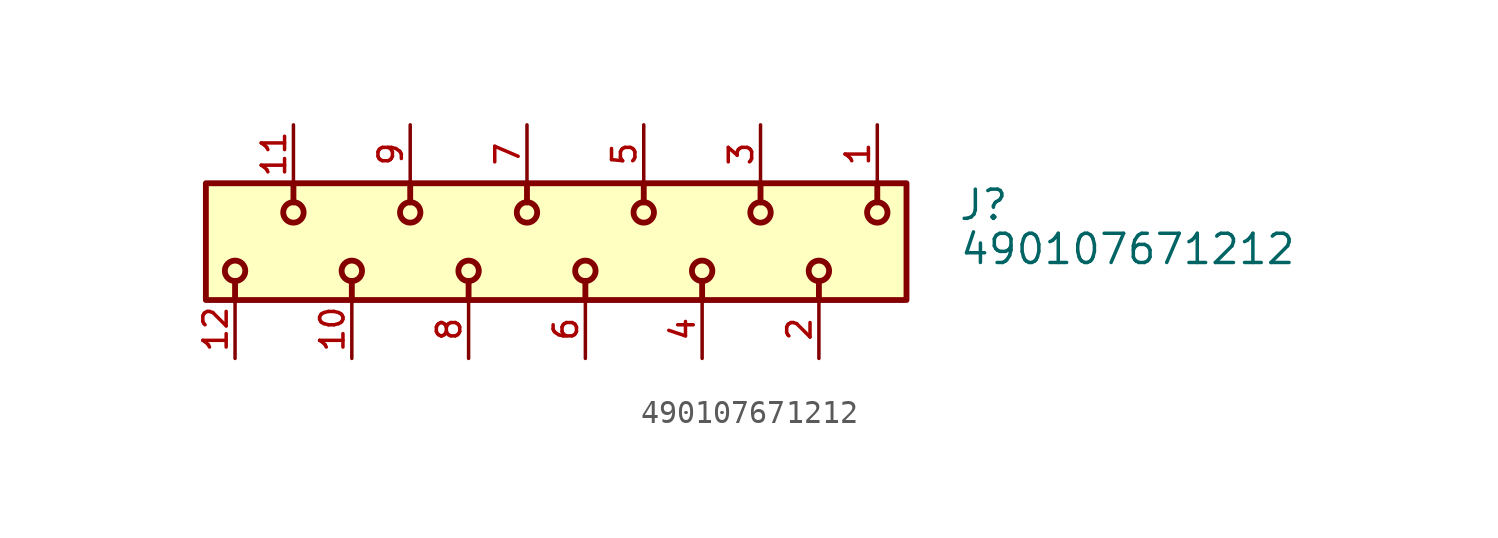
<source format=kicad_sym>
(kicad_symbol_lib
  (version 20211014)
  (generator kicad_symbol_editor)
  (symbol "490107671212"
    (pin_names
      (offset 1.016))
    (property "Reference" "J"
      (at 16.2 0.85 0)
      (effects (font (size 1.27 1.27)) (justify bottom left)))
    (property "Value" "490107671212"
      (at 16.24 -1.07 0)
      (effects (font (size 1.27 1.27)) (justify bottom left)))
    (symbol "490107671212_0_0"
      (polyline (pts (xy 5.08 -1.705) (xy 5.08 -2.54)) (stroke (width 0.254)))
      (polyline (pts (xy 10.16 -1.705) (xy 10.16 -2.54)) (stroke (width 0.254)))
      (polyline (pts (xy 12.7 1.705) (xy 12.7 2.54)) (stroke (width 0.254)))
      (polyline (pts (xy 7.62 1.705) (xy 7.62 2.54)) (stroke (width 0.254)))
      (circle (center 5.08 -1.27) (radius 0.445) (stroke (width 0.254)) (fill (type none)))
      (circle (center 10.16 -1.27) (radius 0.445) (stroke (width 0.254)) (fill (type none)))
      (circle (center 12.7 1.27) (radius 0.445) (stroke (width 0.254)) (fill (type none)))
      (circle (center 7.62 1.27) (radius 0.445) (stroke (width 0.254)) (fill (type none)))
      (polyline (pts (xy -5.08 -1.705) (xy -5.08 -2.54)) (stroke (width 0.254)))
      (polyline (pts (xy 0.0 -1.705) (xy 0.0 -2.54)) (stroke (width 0.254)))
      (polyline (pts (xy 2.54 1.705) (xy 2.54 2.54)) (stroke (width 0.254)))
      (polyline (pts (xy -2.54 1.705) (xy -2.54 2.54)) (stroke (width 0.254)))
      (circle (center -5.08 -1.27) (radius 0.445) (stroke (width 0.254)) (fill (type none)))
      (circle (center 0.0 -1.27) (radius 0.445) (stroke (width 0.254)) (fill (type none)))
      (circle (center 2.54 1.27) (radius 0.445) (stroke (width 0.254)) (fill (type none)))
      (circle (center -2.54 1.27) (radius 0.445) (stroke (width 0.254)) (fill (type none)))
      (polyline (pts (xy -10.16 -1.705) (xy -10.16 -2.54)) (stroke (width 0.254)))
      (polyline (pts (xy -7.62 1.705) (xy -7.62 2.54)) (stroke (width 0.254)))
      (circle (center -10.16 -1.27) (radius 0.445) (stroke (width 0.254)) (fill (type none)))
      (circle (center -7.62 1.27) (radius 0.445) (stroke (width 0.254)) (fill (type none)))
      (polyline (pts (xy -12.7 1.705) (xy -12.7 2.54)) (stroke (width 0.254)))
      (circle (center -12.7 1.27) (radius 0.445) (stroke (width 0.254)) (fill (type none)))
      (polyline (pts (xy -15.24 -1.705) (xy -15.24 -2.54)) (stroke (width 0.254)))
      (circle (center -15.24 -1.27) (radius 0.445) (stroke (width 0.254)) (fill (type none)))
      (rectangle (start -16.51 -2.54) (end 13.97 2.54) (stroke (width 0.254)) (fill (type background)))
      (pin passive line (at 12.7 5.08 270.0) (length 2.54) (name "~" (effects (font (size 1.016 1.016)))) (number "1" (effects (font (size 1.016 1.016)))))
      (pin passive line (at 10.16 -5.08 90.0) (length 2.54) (name "~" (effects (font (size 1.016 1.016)))) (number "2" (effects (font (size 1.016 1.016)))))
      (pin passive line (at 7.62 5.08 270.0) (length 2.54) (name "~" (effects (font (size 1.016 1.016)))) (number "3" (effects (font (size 1.016 1.016)))))
      (pin passive line (at 5.08 -5.08 90.0) (length 2.54) (name "~" (effects (font (size 1.016 1.016)))) (number "4" (effects (font (size 1.016 1.016)))))
      (pin passive line (at 2.54 5.08 270.0) (length 2.54) (name "~" (effects (font (size 1.016 1.016)))) (number "5" (effects (font (size 1.016 1.016)))))
      (pin passive line (at 0.0 -5.08 90.0) (length 2.54) (name "~" (effects (font (size 1.016 1.016)))) (number "6" (effects (font (size 1.016 1.016)))))
      (pin passive line (at -2.54 5.08 270.0) (length 2.54) (name "~" (effects (font (size 1.016 1.016)))) (number "7" (effects (font (size 1.016 1.016)))))
      (pin passive line (at -5.08 -5.08 90.0) (length 2.54) (name "~" (effects (font (size 1.016 1.016)))) (number "8" (effects (font (size 1.016 1.016)))))
      (pin passive line (at -7.62 5.08 270.0) (length 2.54) (name "~" (effects (font (size 1.016 1.016)))) (number "9" (effects (font (size 1.016 1.016)))))
      (pin passive line (at -10.16 -5.08 90.0) (length 2.54) (name "~" (effects (font (size 1.016 1.016)))) (number "10" (effects (font (size 1.016 1.016)))))
      (pin passive line (at -12.7 5.08 270.0) (length 2.54) (name "~" (effects (font (size 1.016 1.016)))) (number "11" (effects (font (size 1.016 1.016)))))
      (pin passive line (at -15.24 -5.08 90.0) (length 2.54) (name "~" (effects (font (size 1.016 1.016)))) (number "12" (effects (font (size 1.016 1.016))))))))
</source>
